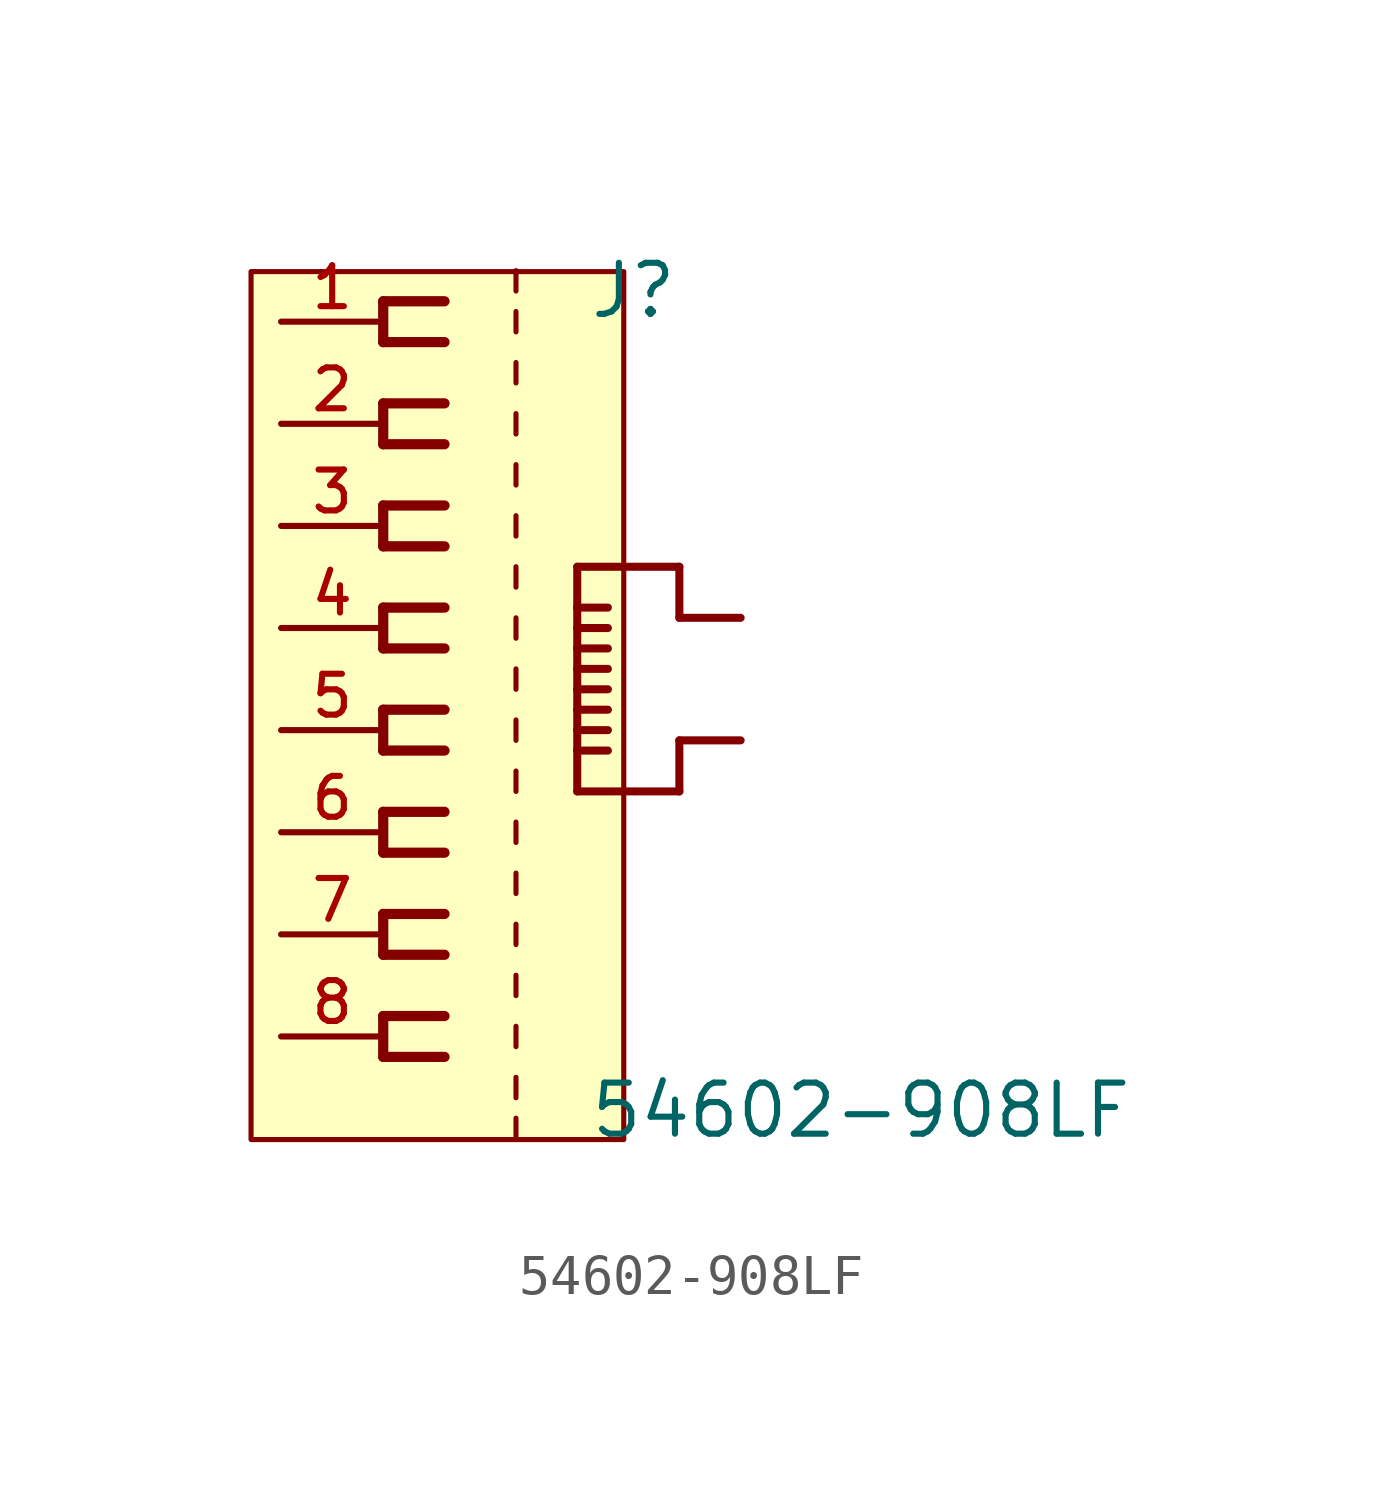
<source format=kicad_sym>
(kicad_symbol_lib
  (version 20211014)
  (generator kicad_symbol_editor)
  (symbol "54602-908LF"
    (pin_names
      (offset 1.016))
    (property "Reference" "J"
      (at 5.096 10.191 0)
      (effects (font (size 1.27 1.27)) (justify bottom left)))
    (property "Value" "54602-908LF"
      (at 5.1 -10.201 0)
      (effects (font (size 1.27 1.27)) (justify bottom left)))
    (symbol "54602-908LF_0_0"
      (polyline (pts (xy 1.524 10.668) (xy 0.0 10.668)) (stroke (width 0.254)))
      (polyline (pts (xy 0.0 10.668) (xy 0.0 9.652)) (stroke (width 0.254)))
      (polyline (pts (xy 0.0 9.652) (xy 1.524 9.652)) (stroke (width 0.254)))
      (polyline (pts (xy 1.524 8.128) (xy 0.0 8.128)) (stroke (width 0.254)))
      (polyline (pts (xy 0.0 8.128) (xy 0.0 7.112)) (stroke (width 0.254)))
      (polyline (pts (xy 0.0 7.112) (xy 1.524 7.112)) (stroke (width 0.254)))
      (polyline (pts (xy 1.524 5.588) (xy 0.0 5.588)) (stroke (width 0.254)))
      (polyline (pts (xy 0.0 5.588) (xy 0.0 4.572)) (stroke (width 0.254)))
      (polyline (pts (xy 0.0 4.572) (xy 1.524 4.572)) (stroke (width 0.254)))
      (polyline (pts (xy 1.524 3.048) (xy 0.0 3.048)) (stroke (width 0.254)))
      (polyline (pts (xy 0.0 3.048) (xy 0.0 2.032)) (stroke (width 0.254)))
      (polyline (pts (xy 0.0 2.032) (xy 1.524 2.032)) (stroke (width 0.254)))
      (polyline (pts (xy 1.524 0.508) (xy 0.0 0.508)) (stroke (width 0.254)))
      (polyline (pts (xy 0.0 0.508) (xy 0.0 -0.508)) (stroke (width 0.254)))
      (polyline (pts (xy 0.0 -0.508) (xy 1.524 -0.508)) (stroke (width 0.254)))
      (polyline (pts (xy 1.524 -2.032) (xy 0.0 -2.032)) (stroke (width 0.254)))
      (polyline (pts (xy 0.0 -2.032) (xy 0.0 -3.048)) (stroke (width 0.254)))
      (polyline (pts (xy 0.0 -3.048) (xy 1.524 -3.048)) (stroke (width 0.254)))
      (polyline (pts (xy 1.524 -4.572) (xy 0.0 -4.572)) (stroke (width 0.254)))
      (polyline (pts (xy 0.0 -4.572) (xy 0.0 -5.588)) (stroke (width 0.254)))
      (polyline (pts (xy 0.0 -5.588) (xy 1.524 -5.588)) (stroke (width 0.254)))
      (polyline (pts (xy 1.524 -7.112) (xy 0.0 -7.112)) (stroke (width 0.254)))
      (polyline (pts (xy 0.0 -7.112) (xy 0.0 -8.128)) (stroke (width 0.254)))
      (polyline (pts (xy 0.0 -8.128) (xy 1.524 -8.128)) (stroke (width 0.254)))
      (polyline (pts (xy 3.302 -10.16) (xy 3.302 -9.652)) (stroke (width 0.127)))
      (polyline (pts (xy 3.302 9.906) (xy 3.302 10.414)) (stroke (width 0.127)))
      (polyline (pts (xy 3.302 10.922) (xy 3.302 11.43)) (stroke (width 0.127)))
      (polyline (pts (xy 4.826 4.064) (xy 4.826 3.048)) (stroke (width 0.2)))
      (polyline (pts (xy 4.826 3.048) (xy 4.826 2.54)) (stroke (width 0.2)))
      (polyline (pts (xy 4.826 2.54) (xy 4.826 2.032)) (stroke (width 0.2)))
      (polyline (pts (xy 4.826 2.032) (xy 4.826 1.524)) (stroke (width 0.2)))
      (polyline (pts (xy 4.826 1.524) (xy 4.826 1.016)) (stroke (width 0.2)))
      (polyline (pts (xy 4.826 1.016) (xy 4.826 0.508)) (stroke (width 0.2)))
      (polyline (pts (xy 4.826 0.508) (xy 4.826 0.0)) (stroke (width 0.2)))
      (polyline (pts (xy 4.826 0.0) (xy 4.826 -0.508)) (stroke (width 0.2)))
      (polyline (pts (xy 4.826 -0.508) (xy 4.826 -1.524)) (stroke (width 0.2)))
      (polyline (pts (xy 4.826 -1.524) (xy 7.366 -1.524)) (stroke (width 0.2)))
      (polyline (pts (xy 7.366 -1.524) (xy 7.366 -0.254)) (stroke (width 0.2)))
      (polyline (pts (xy 7.366 -0.254) (xy 8.89 -0.254)) (stroke (width 0.2)))
      (polyline (pts (xy 8.89 2.794) (xy 7.366 2.794)) (stroke (width 0.2)))
      (polyline (pts (xy 7.366 2.794) (xy 7.366 4.064)) (stroke (width 0.2)))
      (polyline (pts (xy 7.366 4.064) (xy 4.826 4.064)) (stroke (width 0.2)))
      (polyline (pts (xy 4.826 3.048) (xy 5.588 3.048)) (stroke (width 0.2)))
      (polyline (pts (xy 4.826 2.54) (xy 5.588 2.54)) (stroke (width 0.2)))
      (polyline (pts (xy 4.826 2.032) (xy 5.588 2.032)) (stroke (width 0.2)))
      (polyline (pts (xy 4.826 1.524) (xy 5.588 1.524)) (stroke (width 0.2)))
      (polyline (pts (xy 4.826 1.016) (xy 5.588 1.016)) (stroke (width 0.2)))
      (polyline (pts (xy 4.826 0.508) (xy 5.588 0.508)) (stroke (width 0.2)))
      (polyline (pts (xy 4.826 0.0) (xy 5.588 0.0)) (stroke (width 0.2)))
      (polyline (pts (xy 4.826 -0.508) (xy 5.588 -0.508)) (stroke (width 0.2)))
      (polyline (pts (xy 3.302 8.636) (xy 3.302 9.144)) (stroke (width 0.127)))
      (polyline (pts (xy 3.302 7.366) (xy 3.302 7.874)) (stroke (width 0.127)))
      (polyline (pts (xy 3.302 6.096) (xy 3.302 6.604)) (stroke (width 0.127)))
      (polyline (pts (xy 3.302 4.826) (xy 3.302 5.334)) (stroke (width 0.127)))
      (polyline (pts (xy 3.302 3.556) (xy 3.302 4.064)) (stroke (width 0.127)))
      (polyline (pts (xy 3.302 2.286) (xy 3.302 2.794)) (stroke (width 0.127)))
      (polyline (pts (xy 3.302 1.016) (xy 3.302 1.524)) (stroke (width 0.127)))
      (polyline (pts (xy 3.302 -0.254) (xy 3.302 0.254)) (stroke (width 0.127)))
      (polyline (pts (xy 3.302 -1.524) (xy 3.302 -1.016)) (stroke (width 0.127)))
      (polyline (pts (xy 3.302 -2.794) (xy 3.302 -2.286)) (stroke (width 0.127)))
      (polyline (pts (xy 3.302 -4.064) (xy 3.302 -3.556)) (stroke (width 0.127)))
      (polyline (pts (xy 3.302 -5.334) (xy 3.302 -4.826)) (stroke (width 0.127)))
      (polyline (pts (xy 3.302 -6.604) (xy 3.302 -6.096)) (stroke (width 0.127)))
      (polyline (pts (xy 3.302 -7.874) (xy 3.302 -7.366)) (stroke (width 0.127)))
      (polyline (pts (xy 3.302 -9.144) (xy 3.302 -8.636)) (stroke (width 0.127)))
      (rectangle (start -3.288 -10.184) (end 5.983 11.406) (stroke (width 0.127)) (fill (type background)))
      (pin passive line (at -2.54 10.16 0) (length 2.54) (name "~" (effects (font (size 1.016 1.016)))) (number "1" (effects (font (size 1.016 1.016)))))
      (pin passive line (at -2.54 7.62 0) (length 2.54) (name "~" (effects (font (size 1.016 1.016)))) (number "2" (effects (font (size 1.016 1.016)))))
      (pin passive line (at -2.54 5.08 0) (length 2.54) (name "~" (effects (font (size 1.016 1.016)))) (number "3" (effects (font (size 1.016 1.016)))))
      (pin passive line (at -2.54 2.54 0) (length 2.54) (name "~" (effects (font (size 1.016 1.016)))) (number "4" (effects (font (size 1.016 1.016)))))
      (pin passive line (at -2.54 0.0 0) (length 2.54) (name "~" (effects (font (size 1.016 1.016)))) (number "5" (effects (font (size 1.016 1.016)))))
      (pin passive line (at -2.54 -2.54 0) (length 2.54) (name "~" (effects (font (size 1.016 1.016)))) (number "6" (effects (font (size 1.016 1.016)))))
      (pin passive line (at -2.54 -5.08 0) (length 2.54) (name "~" (effects (font (size 1.016 1.016)))) (number "7" (effects (font (size 1.016 1.016)))))
      (pin passive line (at -2.54 -7.62 0) (length 2.54) (name "~" (effects (font (size 1.016 1.016)))) (number "8" (effects (font (size 1.016 1.016))))))))
</source>
